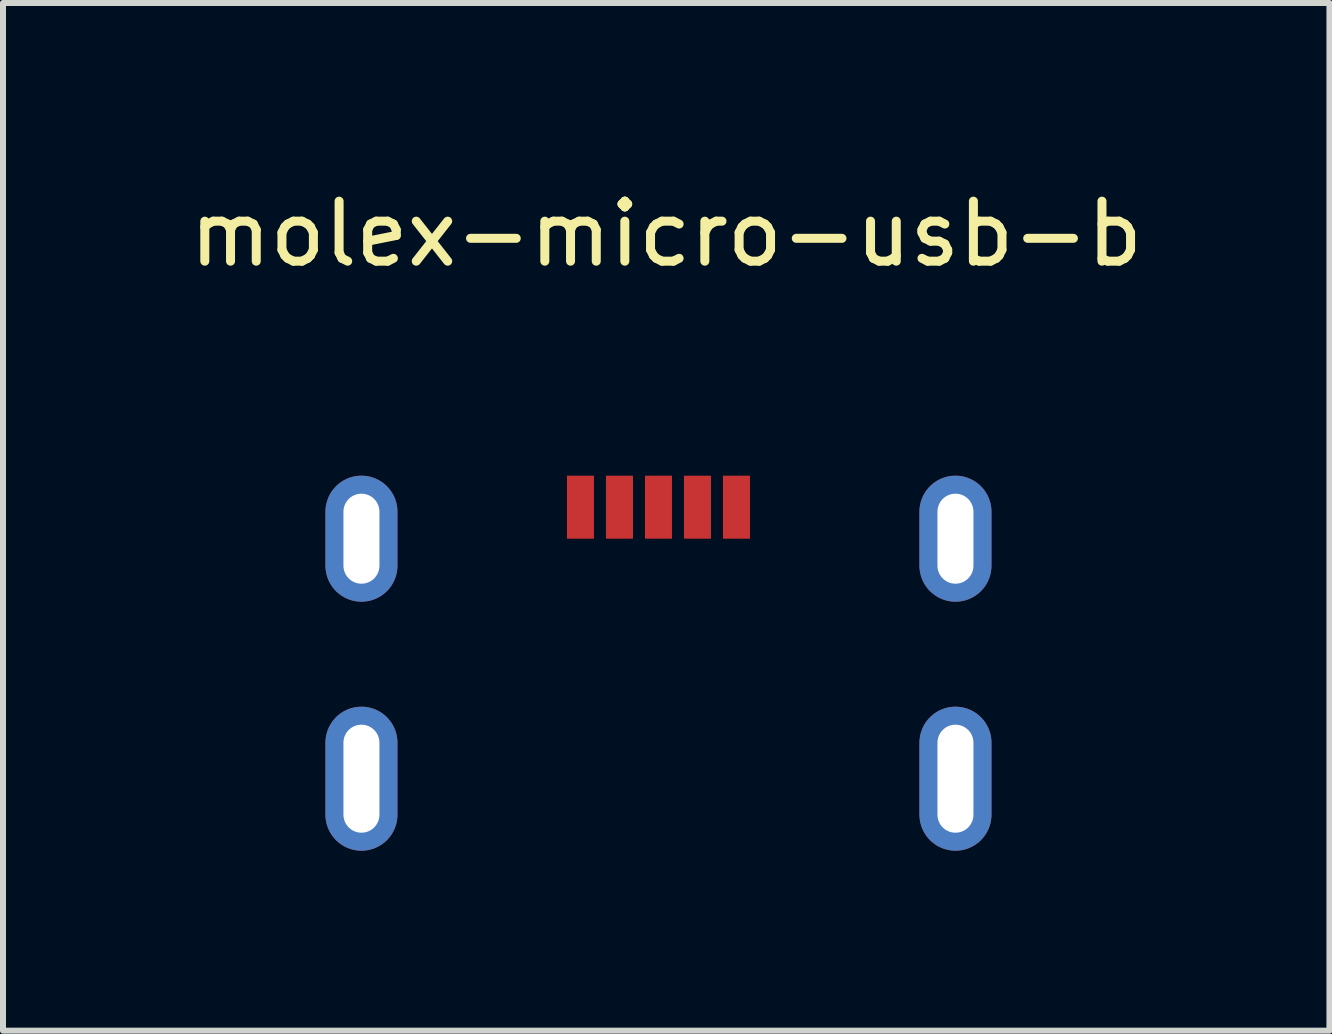
<source format=kicad_pcb>
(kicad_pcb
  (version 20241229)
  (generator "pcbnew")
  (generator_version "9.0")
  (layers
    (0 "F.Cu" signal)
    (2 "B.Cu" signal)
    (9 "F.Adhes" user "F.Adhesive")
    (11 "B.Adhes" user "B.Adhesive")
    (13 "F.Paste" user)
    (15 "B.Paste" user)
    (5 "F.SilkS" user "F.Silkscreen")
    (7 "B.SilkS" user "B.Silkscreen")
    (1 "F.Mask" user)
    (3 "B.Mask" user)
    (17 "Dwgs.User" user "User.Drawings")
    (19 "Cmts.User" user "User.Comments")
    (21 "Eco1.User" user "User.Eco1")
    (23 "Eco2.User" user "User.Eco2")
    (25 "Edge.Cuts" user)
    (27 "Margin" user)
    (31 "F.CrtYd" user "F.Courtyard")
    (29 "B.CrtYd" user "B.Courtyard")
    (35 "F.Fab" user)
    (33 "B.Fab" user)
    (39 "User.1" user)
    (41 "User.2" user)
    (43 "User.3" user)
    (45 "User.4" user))
  (footprint "molex-micro-usb-b"
    (layer "F.Cu")
    (at 2.974 5.928)
    (property "Reference" "molex-micro-usb-b" (at 5.08 -5.08 0) (layer "F.SilkS") (effects (font (size 1 1) (thickness 0.15))))
    (attr through_hole)
    (pad "1" smd rect (at 3.65 -0.525) (size 0.45 1.05) (layers "F.Cu" "F.Mask" "F.Paste"))
    (pad "2" smd rect (at 4.3 -0.525) (size 0.45 1.05) (layers "F.Cu" "F.Mask" "F.Paste"))
    (pad "3" smd rect (at 4.95 -0.525) (size 0.45 1.05) (layers "F.Cu" "F.Mask" "F.Paste"))
    (pad "4" smd rect (at 5.6 -0.525) (size 0.45 1.05) (layers "F.Cu" "F.Mask" "F.Paste"))
    (pad "5" smd rect (at 6.25 -0.525) (size 0.45 1.05) (layers "F.Cu" "F.Mask" "F.Paste"))
    (pad "6" thru_hole oval (at 0 0) (size 1.2 2.1) (drill oval 0.6 1.5) (layers "*.Cu" "*.Mask"))
    (pad "6" thru_hole oval (at 0 4) (size 1.2 2.4) (drill oval 0.6 1.8) (layers "*.Cu" "*.Mask"))
    (pad "6" thru_hole oval (at 9.9 0) (size 1.2 2.1) (drill oval 0.6 1.5) (layers "*.Cu" "*.Mask"))
    (pad "6" thru_hole oval (at 9.9 4) (size 1.2 2.4) (drill oval 0.6 1.8) (layers "*.Cu" "*.Mask")))
  (gr_rect
    (start -3 -3)
    (end 19.107 14.128)
    (stroke (width 0.1) (type default))
    (fill no)
    (layer "Edge.Cuts")))
</source>
